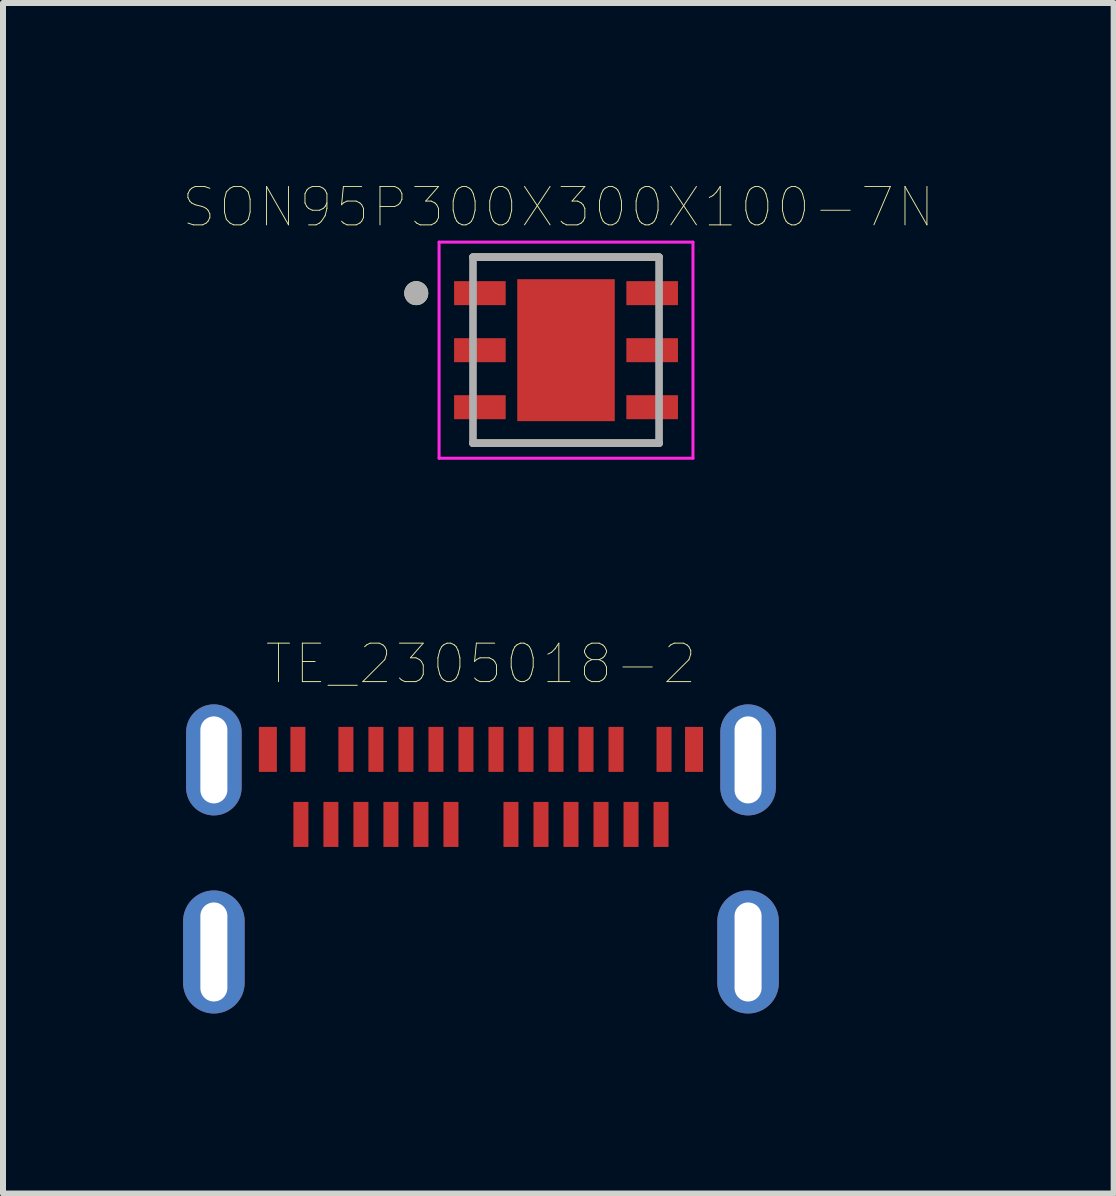
<source format=kicad_pcb>
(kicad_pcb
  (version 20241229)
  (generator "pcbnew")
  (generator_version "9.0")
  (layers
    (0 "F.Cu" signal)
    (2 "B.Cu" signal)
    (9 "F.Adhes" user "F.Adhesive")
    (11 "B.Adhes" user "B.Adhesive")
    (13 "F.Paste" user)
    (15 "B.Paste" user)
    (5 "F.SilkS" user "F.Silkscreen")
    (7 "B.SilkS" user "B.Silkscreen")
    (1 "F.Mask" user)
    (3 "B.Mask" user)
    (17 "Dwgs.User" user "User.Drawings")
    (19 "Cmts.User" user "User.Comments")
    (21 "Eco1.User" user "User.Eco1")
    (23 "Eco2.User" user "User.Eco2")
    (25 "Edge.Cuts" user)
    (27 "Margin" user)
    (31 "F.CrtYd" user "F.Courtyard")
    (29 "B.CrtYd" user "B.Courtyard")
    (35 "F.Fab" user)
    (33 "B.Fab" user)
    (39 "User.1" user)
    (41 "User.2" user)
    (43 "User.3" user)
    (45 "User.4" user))
  (footprint "TE_2305018-2"
    (layer "F.Cu")
    (at 4.963 12.81)
    (property "Reference" "TE_2305018-2" (at 0 -4.8 0) (layer "F.SilkS") (effects (font (size 0.641 0.641) (thickness 0.015))))
    (attr through_hole)
    (pad "A1" smd rect (at -3.05 -3.375) (size 0.25 0.75) (layers "F.Cu" "F.Mask" "F.Paste"))
    (pad "A2" smd rect (at -2.25 -3.375) (size 0.25 0.75) (layers "F.Cu" "F.Mask" "F.Paste"))
    (pad "A3" smd rect (at -1.75 -3.375) (size 0.25 0.75) (layers "F.Cu" "F.Mask" "F.Paste"))
    (pad "A4" smd rect (at -1.25 -3.375) (size 0.25 0.75) (layers "F.Cu" "F.Mask" "F.Paste"))
    (pad "A5" smd rect (at -0.75 -3.375) (size 0.25 0.75) (layers "F.Cu" "F.Mask" "F.Paste"))
    (pad "A6" smd rect (at -0.25 -3.375) (size 0.25 0.75) (layers "F.Cu" "F.Mask" "F.Paste"))
    (pad "A7" smd rect (at 0.25 -3.375) (size 0.25 0.75) (layers "F.Cu" "F.Mask" "F.Paste"))
    (pad "A8" smd rect (at 0.75 -3.375) (size 0.25 0.75) (layers "F.Cu" "F.Mask" "F.Paste"))
    (pad "A9" smd rect (at 1.25 -3.375) (size 0.25 0.75) (layers "F.Cu" "F.Mask" "F.Paste"))
    (pad "A10" smd rect (at 1.75 -3.375) (size 0.25 0.75) (layers "F.Cu" "F.Mask" "F.Paste"))
    (pad "A11" smd rect (at 2.25 -3.375) (size 0.25 0.75) (layers "F.Cu" "F.Mask" "F.Paste"))
    (pad "A12" smd rect (at 3.05 -3.375) (size 0.25 0.75) (layers "F.Cu" "F.Mask" "F.Paste"))
    (pad "B1" smd rect (at 3 -2.125) (size 0.25 0.75) (layers "F.Cu" "F.Mask" "F.Paste"))
    (pad "B2" smd rect (at 2.5 -2.125) (size 0.25 0.75) (layers "F.Cu" "F.Mask" "F.Paste"))
    (pad "B3" smd rect (at 2 -2.125) (size 0.25 0.75) (layers "F.Cu" "F.Mask" "F.Paste"))
    (pad "B4" smd rect (at 1.5 -2.125) (size 0.25 0.75) (layers "F.Cu" "F.Mask" "F.Paste"))
    (pad "B5" smd rect (at 1 -2.125) (size 0.25 0.75) (layers "F.Cu" "F.Mask" "F.Paste"))
    (pad "B6" smd rect (at 0.5 -2.125) (size 0.25 0.75) (layers "F.Cu" "F.Mask" "F.Paste"))
    (pad "B7" smd rect (at -0.5 -2.125) (size 0.25 0.75) (layers "F.Cu" "F.Mask" "F.Paste"))
    (pad "B8" smd rect (at -1 -2.125) (size 0.25 0.75) (layers "F.Cu" "F.Mask" "F.Paste"))
    (pad "B9" smd rect (at -1.5 -2.125) (size 0.25 0.75) (layers "F.Cu" "F.Mask" "F.Paste"))
    (pad "B10" smd rect (at -2 -2.125) (size 0.25 0.75) (layers "F.Cu" "F.Mask" "F.Paste"))
    (pad "B11" smd rect (at -2.5 -2.125) (size 0.25 0.75) (layers "F.Cu" "F.Mask" "F.Paste"))
    (pad "B12" smd rect (at -3 -2.125) (size 0.25 0.75) (layers "F.Cu" "F.Mask" "F.Paste"))
    (pad "G1" smd rect (at -3.55 -3.375) (size 0.3 0.75) (layers "F.Cu" "F.Mask" "F.Paste"))
    (pad "G2" smd rect (at 3.55 -3.375) (size 0.3 0.75) (layers "F.Cu" "F.Mask" "F.Paste"))
    (pad "S1" thru_hole oval (at -4.45 0) (size 1.025 2.05) (drill oval 0.45 1.65) (layers "*.Cu" "*.Mask"))
    (pad "S2" thru_hole oval (at 4.45 0) (size 1.025 2.05) (drill oval 0.45 1.65) (layers "*.Cu" "*.Mask"))
    (pad "S3" thru_hole oval (at -4.45 -3.2) (size 0.925 1.85) (drill oval 0.45 1.45) (layers "*.Cu" "*.Mask"))
    (pad "S4" thru_hole oval (at 4.45 -3.2) (size 0.925 1.85) (drill oval 0.45 1.45) (layers "*.Cu" "*.Mask")))
  (footprint "SON95P300X300X100-7N"
    (layer "F.Cu")
    (at 6.38 2.784)
    (property "Reference" "SON95P300X300X100-7N" (at -0.128 -2.383 0) (layer "F.SilkS") (effects (font (size 0.64 0.64) (thickness 0.015))))
    (attr through_hole)
    (fp_line (start -1.55 -1.55) (end 1.55 -1.55) (stroke (width 0.127) (type solid)) (layer "F.SilkS"))
    (fp_line (start -1.55 1.55) (end 1.55 1.55) (stroke (width 0.127) (type solid)) (layer "F.SilkS"))
    (fp_circle (center -2.495 -0.95) (end -2.395 -0.95) (stroke (width 0.2) (type solid)) (fill no) (layer "F.SilkS"))
    (fp_poly (pts (xy -0.514 -0.748) (xy 0.514 -0.748) (xy 0.514 0.748) (xy -0.514 0.748)) (stroke (width 0.01) (type solid)) (fill yes) (layer "F.Paste"))
    (fp_line (start -2.115 -1.8) (end -2.115 1.8) (stroke (width 0.05) (type solid)) (layer "F.CrtYd"))
    (fp_line (start -2.115 -1.8) (end 2.115 -1.8) (stroke (width 0.05) (type solid)) (layer "F.CrtYd"))
    (fp_line (start -2.115 1.8) (end 2.115 1.8) (stroke (width 0.05) (type solid)) (layer "F.CrtYd"))
    (fp_line (start 2.115 -1.8) (end 2.115 1.8) (stroke (width 0.05) (type solid)) (layer "F.CrtYd"))
    (fp_line (start -1.55 -1.55) (end -1.55 1.55) (stroke (width 0.127) (type solid)) (layer "F.Fab"))
    (fp_line (start -1.55 -1.55) (end 1.55 -1.55) (stroke (width 0.127) (type solid)) (layer "F.Fab"))
    (fp_line (start -1.55 1.55) (end 1.55 1.55) (stroke (width 0.127) (type solid)) (layer "F.Fab"))
    (fp_line (start 1.55 -1.55) (end 1.55 1.55) (stroke (width 0.127) (type solid)) (layer "F.Fab"))
    (fp_circle (center -2.495 -0.95) (end -2.395 -0.95) (stroke (width 0.2) (type solid)) (fill no) (layer "F.Fab"))
    (pad "1" smd rect (at -1.435 -0.95) (size 0.86 0.4) (layers "F.Cu" "F.Mask" "F.Paste"))
    (pad "2" smd rect (at -1.435 0) (size 0.86 0.4) (layers "F.Cu" "F.Mask" "F.Paste"))
    (pad "3" smd rect (at -1.435 0.95) (size 0.86 0.4) (layers "F.Cu" "F.Mask" "F.Paste"))
    (pad "4" smd rect (at 1.435 0.95) (size 0.86 0.4) (layers "F.Cu" "F.Mask" "F.Paste"))
    (pad "5" smd rect (at 1.435 0) (size 0.86 0.4) (layers "F.Cu" "F.Mask" "F.Paste"))
    (pad "6" smd rect (at 1.435 -0.95) (size 0.86 0.4) (layers "F.Cu" "F.Mask" "F.Paste"))
    (pad "7" smd rect (at 0 0) (size 1.625 2.365) (layers "F.Cu" "F.Mask")))
  (gr_rect
    (start -3 -3)
    (end 15.504 16.835)
    (stroke (width 0.1) (type default))
    (fill no)
    (layer "Edge.Cuts")))
</source>
